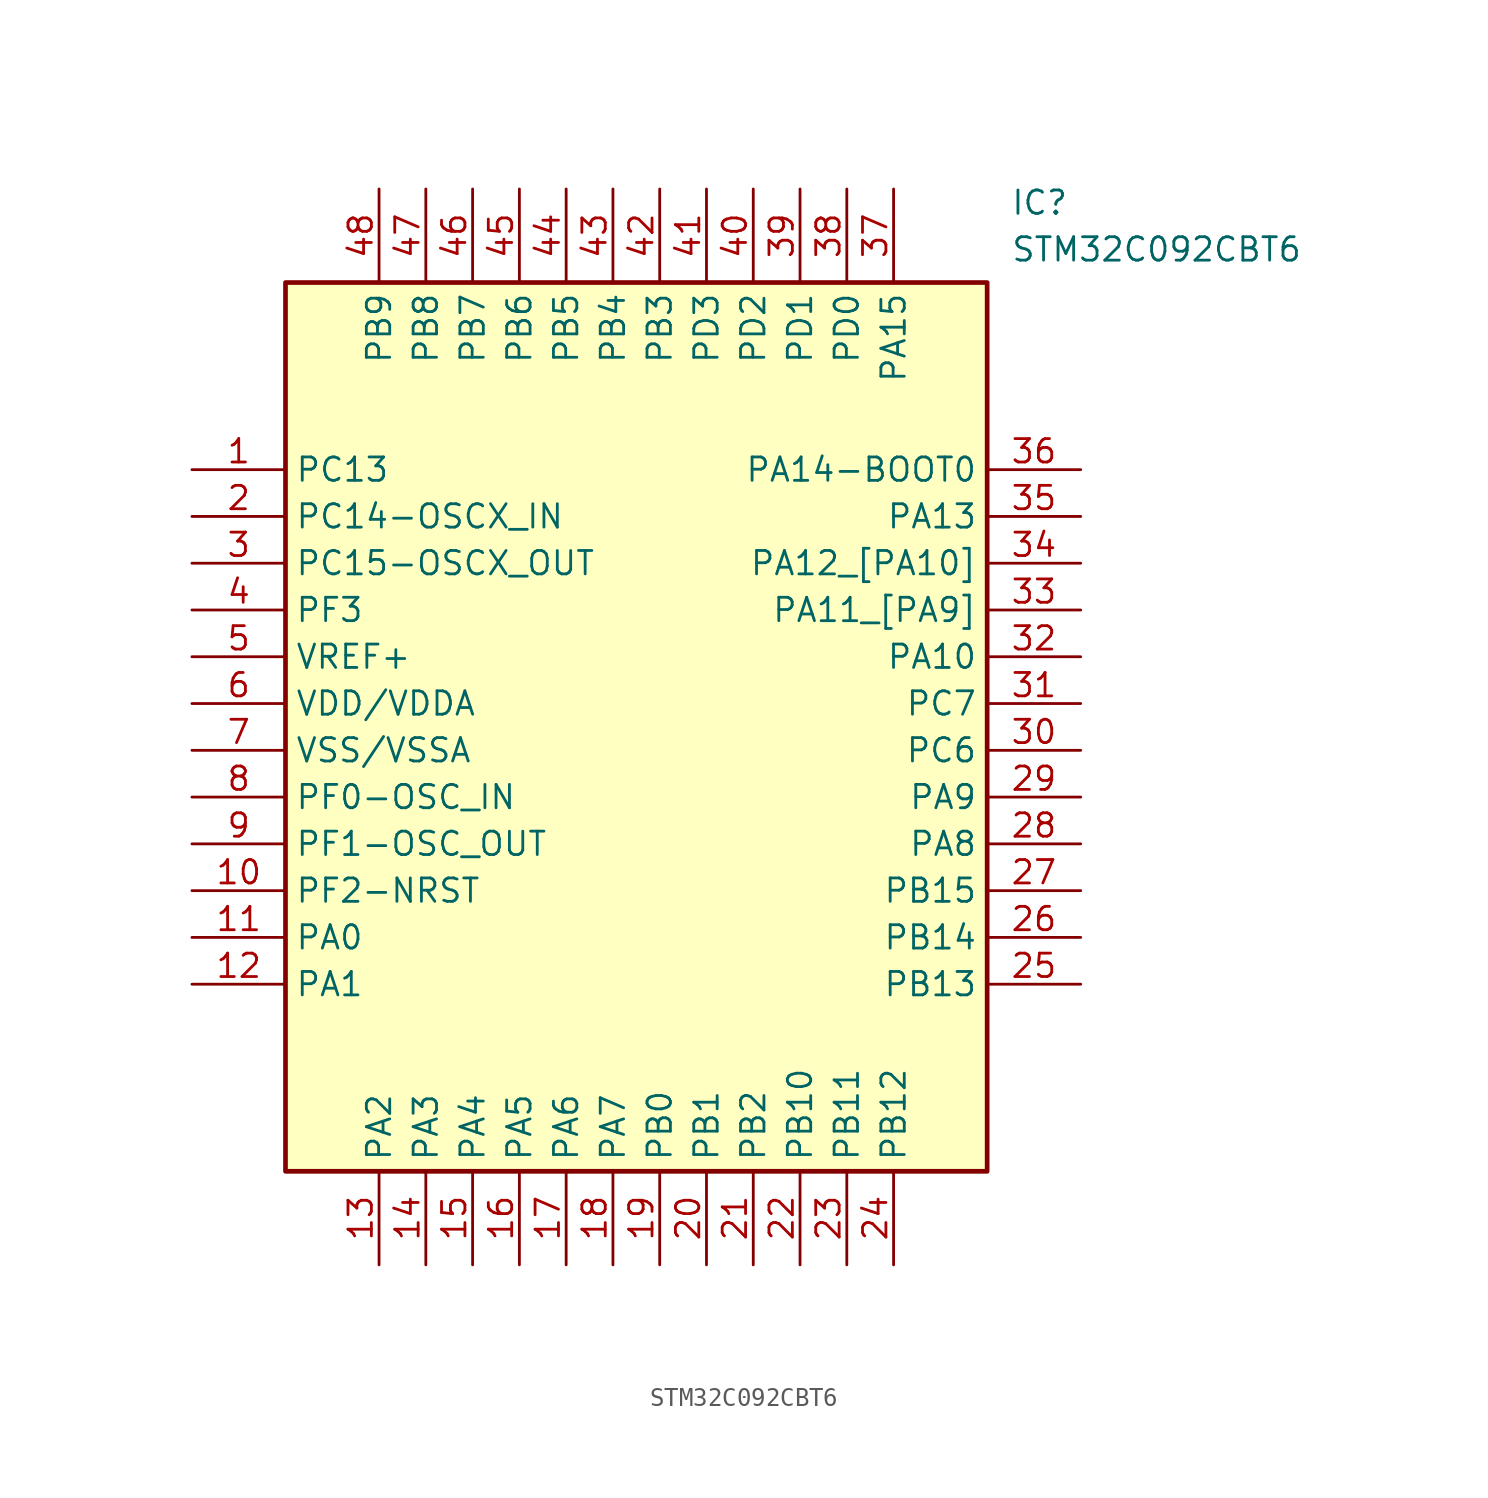
<source format=kicad_sym>
(kicad_symbol_lib
  (version 20211014)
  (generator SamacSys_ECAD_Model)
  (symbol "STM32C092CBT6"
    (property "Reference" "IC"
      (at 44.45 15.24 0)
      (effects (font (size 1.27 1.27)) (justify left top)))
    (property "Value" "STM32C092CBT6"
      (at 44.45 12.7 0)
      (effects (font (size 1.27 1.27)) (justify left top)))
    (rectangle
      (start 5.08 10.16)
      (end 43.18 -38.1)
      (stroke (width 0.254) (type default))
      (fill (type background)))
    (pin passive line
      (at 0 0 0)
      (length 5.08)
      (name "PC13" (effects (font (size 1.27 1.27))))
      (number "1" (effects (font (size 1.27 1.27)))))
    (pin passive line
      (at 0 -2.54 0)
      (length 5.08)
      (name "PC14-OSCX_IN" (effects (font (size 1.27 1.27))))
      (number "2" (effects (font (size 1.27 1.27)))))
    (pin passive line
      (at 0 -5.08 0)
      (length 5.08)
      (name "PC15-OSCX_OUT" (effects (font (size 1.27 1.27))))
      (number "3" (effects (font (size 1.27 1.27)))))
    (pin passive line
      (at 0 -7.62 0)
      (length 5.08)
      (name "PF3" (effects (font (size 1.27 1.27))))
      (number "4" (effects (font (size 1.27 1.27)))))
    (pin passive line
      (at 0 -10.16 0)
      (length 5.08)
      (name "VREF+" (effects (font (size 1.27 1.27))))
      (number "5" (effects (font (size 1.27 1.27)))))
    (pin passive line
      (at 0 -12.7 0)
      (length 5.08)
      (name "VDD/VDDA" (effects (font (size 1.27 1.27))))
      (number "6" (effects (font (size 1.27 1.27)))))
    (pin passive line
      (at 0 -15.24 0)
      (length 5.08)
      (name "VSS/VSSA" (effects (font (size 1.27 1.27))))
      (number "7" (effects (font (size 1.27 1.27)))))
    (pin passive line
      (at 0 -17.78 0)
      (length 5.08)
      (name "PF0-OSC_IN" (effects (font (size 1.27 1.27))))
      (number "8" (effects (font (size 1.27 1.27)))))
    (pin passive line
      (at 0 -20.32 0)
      (length 5.08)
      (name "PF1-OSC_OUT" (effects (font (size 1.27 1.27))))
      (number "9" (effects (font (size 1.27 1.27)))))
    (pin passive line
      (at 0 -22.86 0)
      (length 5.08)
      (name "PF2-NRST" (effects (font (size 1.27 1.27))))
      (number "10" (effects (font (size 1.27 1.27)))))
    (pin passive line
      (at 0 -25.4 0)
      (length 5.08)
      (name "PA0" (effects (font (size 1.27 1.27))))
      (number "11" (effects (font (size 1.27 1.27)))))
    (pin passive line
      (at 0 -27.94 0)
      (length 5.08)
      (name "PA1" (effects (font (size 1.27 1.27))))
      (number "12" (effects (font (size 1.27 1.27)))))
    (pin passive line
      (at 10.16 -43.18 90)
      (length 5.08)
      (name "PA2" (effects (font (size 1.27 1.27))))
      (number "13" (effects (font (size 1.27 1.27)))))
    (pin passive line
      (at 12.7 -43.18 90)
      (length 5.08)
      (name "PA3" (effects (font (size 1.27 1.27))))
      (number "14" (effects (font (size 1.27 1.27)))))
    (pin passive line
      (at 15.24 -43.18 90)
      (length 5.08)
      (name "PA4" (effects (font (size 1.27 1.27))))
      (number "15" (effects (font (size 1.27 1.27)))))
    (pin passive line
      (at 17.78 -43.18 90)
      (length 5.08)
      (name "PA5" (effects (font (size 1.27 1.27))))
      (number "16" (effects (font (size 1.27 1.27)))))
    (pin passive line
      (at 20.32 -43.18 90)
      (length 5.08)
      (name "PA6" (effects (font (size 1.27 1.27))))
      (number "17" (effects (font (size 1.27 1.27)))))
    (pin passive line
      (at 22.86 -43.18 90)
      (length 5.08)
      (name "PA7" (effects (font (size 1.27 1.27))))
      (number "18" (effects (font (size 1.27 1.27)))))
    (pin passive line
      (at 25.4 -43.18 90)
      (length 5.08)
      (name "PB0" (effects (font (size 1.27 1.27))))
      (number "19" (effects (font (size 1.27 1.27)))))
    (pin passive line
      (at 27.94 -43.18 90)
      (length 5.08)
      (name "PB1" (effects (font (size 1.27 1.27))))
      (number "20" (effects (font (size 1.27 1.27)))))
    (pin passive line
      (at 30.48 -43.18 90)
      (length 5.08)
      (name "PB2" (effects (font (size 1.27 1.27))))
      (number "21" (effects (font (size 1.27 1.27)))))
    (pin passive line
      (at 33.02 -43.18 90)
      (length 5.08)
      (name "PB10" (effects (font (size 1.27 1.27))))
      (number "22" (effects (font (size 1.27 1.27)))))
    (pin passive line
      (at 35.56 -43.18 90)
      (length 5.08)
      (name "PB11" (effects (font (size 1.27 1.27))))
      (number "23" (effects (font (size 1.27 1.27)))))
    (pin passive line
      (at 38.1 -43.18 90)
      (length 5.08)
      (name "PB12" (effects (font (size 1.27 1.27))))
      (number "24" (effects (font (size 1.27 1.27)))))
    (pin passive line
      (at 48.26 0 180)
      (length 5.08)
      (name "PA14-BOOT0" (effects (font (size 1.27 1.27))))
      (number "36" (effects (font (size 1.27 1.27)))))
    (pin passive line
      (at 48.26 -2.54 180)
      (length 5.08)
      (name "PA13" (effects (font (size 1.27 1.27))))
      (number "35" (effects (font (size 1.27 1.27)))))
    (pin passive line
      (at 48.26 -5.08 180)
      (length 5.08)
      (name "PA12_[PA10]" (effects (font (size 1.27 1.27))))
      (number "34" (effects (font (size 1.27 1.27)))))
    (pin passive line
      (at 48.26 -7.62 180)
      (length 5.08)
      (name "PA11_[PA9]" (effects (font (size 1.27 1.27))))
      (number "33" (effects (font (size 1.27 1.27)))))
    (pin passive line
      (at 48.26 -10.16 180)
      (length 5.08)
      (name "PA10" (effects (font (size 1.27 1.27))))
      (number "32" (effects (font (size 1.27 1.27)))))
    (pin passive line
      (at 48.26 -12.7 180)
      (length 5.08)
      (name "PC7" (effects (font (size 1.27 1.27))))
      (number "31" (effects (font (size 1.27 1.27)))))
    (pin passive line
      (at 48.26 -15.24 180)
      (length 5.08)
      (name "PC6" (effects (font (size 1.27 1.27))))
      (number "30" (effects (font (size 1.27 1.27)))))
    (pin passive line
      (at 48.26 -17.78 180)
      (length 5.08)
      (name "PA9" (effects (font (size 1.27 1.27))))
      (number "29" (effects (font (size 1.27 1.27)))))
    (pin passive line
      (at 48.26 -20.32 180)
      (length 5.08)
      (name "PA8" (effects (font (size 1.27 1.27))))
      (number "28" (effects (font (size 1.27 1.27)))))
    (pin passive line
      (at 48.26 -22.86 180)
      (length 5.08)
      (name "PB15" (effects (font (size 1.27 1.27))))
      (number "27" (effects (font (size 1.27 1.27)))))
    (pin passive line
      (at 48.26 -25.4 180)
      (length 5.08)
      (name "PB14" (effects (font (size 1.27 1.27))))
      (number "26" (effects (font (size 1.27 1.27)))))
    (pin passive line
      (at 48.26 -27.94 180)
      (length 5.08)
      (name "PB13" (effects (font (size 1.27 1.27))))
      (number "25" (effects (font (size 1.27 1.27)))))
    (pin passive line
      (at 10.16 15.24 270)
      (length 5.08)
      (name "PB9" (effects (font (size 1.27 1.27))))
      (number "48" (effects (font (size 1.27 1.27)))))
    (pin passive line
      (at 12.7 15.24 270)
      (length 5.08)
      (name "PB8" (effects (font (size 1.27 1.27))))
      (number "47" (effects (font (size 1.27 1.27)))))
    (pin passive line
      (at 15.24 15.24 270)
      (length 5.08)
      (name "PB7" (effects (font (size 1.27 1.27))))
      (number "46" (effects (font (size 1.27 1.27)))))
    (pin passive line
      (at 17.78 15.24 270)
      (length 5.08)
      (name "PB6" (effects (font (size 1.27 1.27))))
      (number "45" (effects (font (size 1.27 1.27)))))
    (pin passive line
      (at 20.32 15.24 270)
      (length 5.08)
      (name "PB5" (effects (font (size 1.27 1.27))))
      (number "44" (effects (font (size 1.27 1.27)))))
    (pin passive line
      (at 22.86 15.24 270)
      (length 5.08)
      (name "PB4" (effects (font (size 1.27 1.27))))
      (number "43" (effects (font (size 1.27 1.27)))))
    (pin passive line
      (at 25.4 15.24 270)
      (length 5.08)
      (name "PB3" (effects (font (size 1.27 1.27))))
      (number "42" (effects (font (size 1.27 1.27)))))
    (pin passive line
      (at 27.94 15.24 270)
      (length 5.08)
      (name "PD3" (effects (font (size 1.27 1.27))))
      (number "41" (effects (font (size 1.27 1.27)))))
    (pin passive line
      (at 30.48 15.24 270)
      (length 5.08)
      (name "PD2" (effects (font (size 1.27 1.27))))
      (number "40" (effects (font (size 1.27 1.27)))))
    (pin passive line
      (at 33.02 15.24 270)
      (length 5.08)
      (name "PD1" (effects (font (size 1.27 1.27))))
      (number "39" (effects (font (size 1.27 1.27)))))
    (pin passive line
      (at 35.56 15.24 270)
      (length 5.08)
      (name "PD0" (effects (font (size 1.27 1.27))))
      (number "38" (effects (font (size 1.27 1.27)))))
    (pin passive line
      (at 38.1 15.24 270)
      (length 5.08)
      (name "PA15" (effects (font (size 1.27 1.27))))
      (number "37" (effects (font (size 1.27 1.27)))))))
</source>
